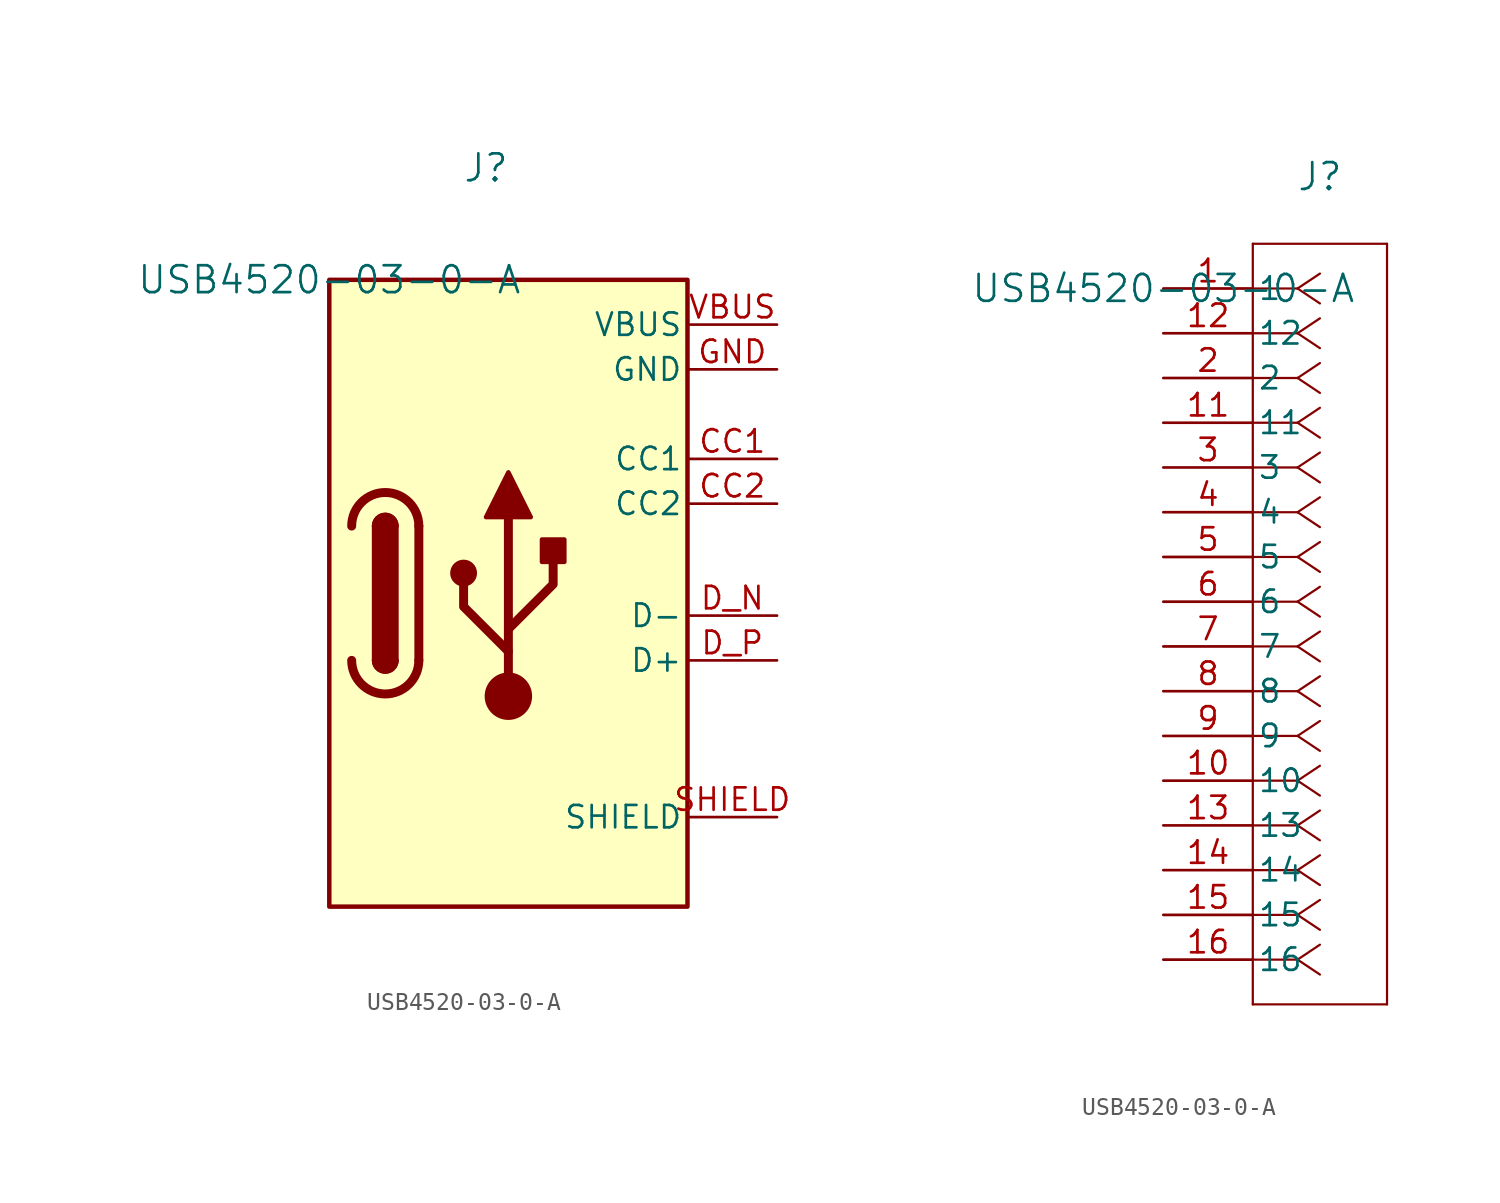
<source format=kicad_sym>
(kicad_symbol_lib
  (version 20220914)
  (generator kicad_symbol_editor)
  (symbol "USB4520-03-0-A"
    (pin_names
      (offset 0.254))
    (property "Reference" "J"
      (at 8.89 6.35 0)
      (effects (font (size 1.524 1.524))))
    (property "Value" "USB4520-03-0-A"
      (at 0 0 0)
      (effects (font (size 1.524 1.524))))
    (symbol "USB4520-03-0-A_0_1"
      (polyline (pts (xy 5.08 -13.97) (xy 5.08 -21.59)) (stroke (width 0.508) (type default)) (fill (type none)))
      (polyline (pts (xy 10.16 -23.622) (xy 10.16 -13.462)) (stroke (width 0.508) (type default)) (fill (type none)))
      (polyline (pts (xy 10.16 -21.082) (xy 7.62 -18.542) (xy 7.62 -17.272)) (stroke (width 0.508) (type default)) (fill (type none)))
      (polyline (pts (xy 10.16 -19.812) (xy 12.7 -17.272) (xy 12.7 -16.002)) (stroke (width 0.508) (type default)) (fill (type none)))
      (polyline (pts (xy 8.89 -13.462) (xy 10.16 -10.922) (xy 11.43 -13.462) (xy 8.89 -13.462)) (stroke (width 0.254) (type default)) (fill (type outline)))
      (rectangle (start 0 0) (end 20.32 -35.56) (stroke (width 0.254) (type default)) (fill (type background)))
      (arc (start 1.27 -21.59) (mid 3.175 -23.4867) (end 5.08 -21.59) (stroke (width 0.508) (type default)) (fill (type none)))
      (arc (start 2.54 -21.59) (mid 3.175 -22.2223) (end 3.81 -21.59) (stroke (width 0.254) (type default)) (fill (type none)))
      (arc (start 2.54 -21.59) (mid 3.175 -22.2223) (end 3.81 -21.59) (stroke (width 0.254) (type default)) (fill (type outline)))
      (rectangle (start 2.54 -21.59) (end 3.81 -13.97) (stroke (width 0.254) (type default)) (fill (type outline)))
      (arc (start 3.81 -13.97) (mid 3.175 -13.3377) (end 2.54 -13.97) (stroke (width 0.254) (type default)) (fill (type none)))
      (arc (start 3.81 -13.97) (mid 3.175 -13.3377) (end 2.54 -13.97) (stroke (width 0.254) (type default)) (fill (type outline)))
      (arc (start 5.08 -13.97) (mid 3.175 -12.0733) (end 1.27 -13.97) (stroke (width 0.508) (type default)) (fill (type none)))
      (circle (center 7.62 -16.637) (radius 0.635) (stroke (width 0.254) (type default)) (fill (type outline)))
      (circle (center 10.16 -23.622) (radius 1.27) (stroke (width 0) (type default)) (fill (type outline)))
      (rectangle (start 12.065 -16.002) (end 13.335 -14.732) (stroke (width 0.254) (type default)) (fill (type outline))))
    (symbol "USB4520-03-0-A_1_1"
      (pin bidirectional line (at 25.4 -10.16 180) (length 5.08) (name "CC1" (effects (font (size 1.27 1.27)))) (number "CC1" (effects (font (size 1.27 1.27)))))
      (pin bidirectional line (at 25.4 -12.7 180) (length 5.08) (name "CC2" (effects (font (size 1.27 1.27)))) (number "CC2" (effects (font (size 1.27 1.27)))))
      (pin bidirectional line (at 25.4 -19.05 180) (length 5.08) (name "D-" (effects (font (size 1.27 1.27)))) (number "D_N" (effects (font (size 1.27 1.27)))))
      (pin bidirectional line (at 25.4 -21.59 180) (length 5.08) (name "D+" (effects (font (size 1.27 1.27)))) (number "D_P" (effects (font (size 1.27 1.27)))))
      (pin passive line (at 25.4 -5.08 180) (length 5.08) (name "GND" (effects (font (size 1.27 1.27)))) (number "GND" (effects (font (size 1.27 1.27)))))
      (pin passive line (at 25.4 -30.48 180) (length 5.08) (name "SHIELD" (effects (font (size 1.27 1.27)))) (number "SHIELD" (effects (font (size 1.27 1.27)))))
      (pin passive line (at 25.4 -2.54 180) (length 5.08) (name "VBUS" (effects (font (size 1.27 1.27)))) (number "VBUS" (effects (font (size 1.27 1.27))))))
    (symbol "USB4520-03-0-A_1_2"
      (polyline (pts (xy 5.08 -40.64) (xy 12.7 -40.64)) (stroke (width 0.127) (type default)) (fill (type none)))
      (polyline (pts (xy 5.08 2.54) (xy 5.08 -40.64)) (stroke (width 0.127) (type default)) (fill (type none)))
      (polyline (pts (xy 7.62 -38.1) (xy 5.08 -38.1)) (stroke (width 0.127) (type default)) (fill (type none)))
      (polyline (pts (xy 7.62 -38.1) (xy 8.89 -38.947)) (stroke (width 0.127) (type default)) (fill (type none)))
      (polyline (pts (xy 7.62 -38.1) (xy 8.89 -37.253)) (stroke (width 0.127) (type default)) (fill (type none)))
      (polyline (pts (xy 7.62 -35.56) (xy 5.08 -35.56)) (stroke (width 0.127) (type default)) (fill (type none)))
      (polyline (pts (xy 7.62 -35.56) (xy 8.89 -36.407)) (stroke (width 0.127) (type default)) (fill (type none)))
      (polyline (pts (xy 7.62 -35.56) (xy 8.89 -34.713)) (stroke (width 0.127) (type default)) (fill (type none)))
      (polyline (pts (xy 7.62 -33.02) (xy 5.08 -33.02)) (stroke (width 0.127) (type default)) (fill (type none)))
      (polyline (pts (xy 7.62 -33.02) (xy 8.89 -33.867)) (stroke (width 0.127) (type default)) (fill (type none)))
      (polyline (pts (xy 7.62 -33.02) (xy 8.89 -32.173)) (stroke (width 0.127) (type default)) (fill (type none)))
      (polyline (pts (xy 7.62 -30.48) (xy 5.08 -30.48)) (stroke (width 0.127) (type default)) (fill (type none)))
      (polyline (pts (xy 7.62 -30.48) (xy 8.89 -31.327)) (stroke (width 0.127) (type default)) (fill (type none)))
      (polyline (pts (xy 7.62 -30.48) (xy 8.89 -29.633)) (stroke (width 0.127) (type default)) (fill (type none)))
      (polyline (pts (xy 7.62 -27.94) (xy 5.08 -27.94)) (stroke (width 0.127) (type default)) (fill (type none)))
      (polyline (pts (xy 7.62 -27.94) (xy 8.89 -28.787)) (stroke (width 0.127) (type default)) (fill (type none)))
      (polyline (pts (xy 7.62 -27.94) (xy 8.89 -27.093)) (stroke (width 0.127) (type default)) (fill (type none)))
      (polyline (pts (xy 7.62 -25.4) (xy 5.08 -25.4)) (stroke (width 0.127) (type default)) (fill (type none)))
      (polyline (pts (xy 7.62 -25.4) (xy 8.89 -26.247)) (stroke (width 0.127) (type default)) (fill (type none)))
      (polyline (pts (xy 7.62 -25.4) (xy 8.89 -24.553)) (stroke (width 0.127) (type default)) (fill (type none)))
      (polyline (pts (xy 7.62 -22.86) (xy 5.08 -22.86)) (stroke (width 0.127) (type default)) (fill (type none)))
      (polyline (pts (xy 7.62 -22.86) (xy 8.89 -23.707)) (stroke (width 0.127) (type default)) (fill (type none)))
      (polyline (pts (xy 7.62 -22.86) (xy 8.89 -22.013)) (stroke (width 0.127) (type default)) (fill (type none)))
      (polyline (pts (xy 7.62 -20.32) (xy 5.08 -20.32)) (stroke (width 0.127) (type default)) (fill (type none)))
      (polyline (pts (xy 7.62 -20.32) (xy 8.89 -21.167)) (stroke (width 0.127) (type default)) (fill (type none)))
      (polyline (pts (xy 7.62 -20.32) (xy 8.89 -19.473)) (stroke (width 0.127) (type default)) (fill (type none)))
      (polyline (pts (xy 7.62 -17.78) (xy 5.08 -17.78)) (stroke (width 0.127) (type default)) (fill (type none)))
      (polyline (pts (xy 7.62 -17.78) (xy 8.89 -18.627)) (stroke (width 0.127) (type default)) (fill (type none)))
      (polyline (pts (xy 7.62 -17.78) (xy 8.89 -16.933)) (stroke (width 0.127) (type default)) (fill (type none)))
      (polyline (pts (xy 7.62 -15.24) (xy 5.08 -15.24)) (stroke (width 0.127) (type default)) (fill (type none)))
      (polyline (pts (xy 7.62 -15.24) (xy 8.89 -16.087)) (stroke (width 0.127) (type default)) (fill (type none)))
      (polyline (pts (xy 7.62 -15.24) (xy 8.89 -14.393)) (stroke (width 0.127) (type default)) (fill (type none)))
      (polyline (pts (xy 7.62 -12.7) (xy 5.08 -12.7)) (stroke (width 0.127) (type default)) (fill (type none)))
      (polyline (pts (xy 7.62 -12.7) (xy 8.89 -13.547)) (stroke (width 0.127) (type default)) (fill (type none)))
      (polyline (pts (xy 7.62 -12.7) (xy 8.89 -11.853)) (stroke (width 0.127) (type default)) (fill (type none)))
      (polyline (pts (xy 7.62 -10.16) (xy 5.08 -10.16)) (stroke (width 0.127) (type default)) (fill (type none)))
      (polyline (pts (xy 7.62 -10.16) (xy 8.89 -11.007)) (stroke (width 0.127) (type default)) (fill (type none)))
      (polyline (pts (xy 7.62 -10.16) (xy 8.89 -9.313)) (stroke (width 0.127) (type default)) (fill (type none)))
      (polyline (pts (xy 7.62 -7.62) (xy 5.08 -7.62)) (stroke (width 0.127) (type default)) (fill (type none)))
      (polyline (pts (xy 7.62 -7.62) (xy 8.89 -8.467)) (stroke (width 0.127) (type default)) (fill (type none)))
      (polyline (pts (xy 7.62 -7.62) (xy 8.89 -6.773)) (stroke (width 0.127) (type default)) (fill (type none)))
      (polyline (pts (xy 7.62 -5.08) (xy 5.08 -5.08)) (stroke (width 0.127) (type default)) (fill (type none)))
      (polyline (pts (xy 7.62 -5.08) (xy 8.89 -5.927)) (stroke (width 0.127) (type default)) (fill (type none)))
      (polyline (pts (xy 7.62 -5.08) (xy 8.89 -4.233)) (stroke (width 0.127) (type default)) (fill (type none)))
      (polyline (pts (xy 7.62 -2.54) (xy 5.08 -2.54)) (stroke (width 0.127) (type default)) (fill (type none)))
      (polyline (pts (xy 7.62 -2.54) (xy 8.89 -3.387)) (stroke (width 0.127) (type default)) (fill (type none)))
      (polyline (pts (xy 7.62 -2.54) (xy 8.89 -1.693)) (stroke (width 0.127) (type default)) (fill (type none)))
      (polyline (pts (xy 7.62 0) (xy 5.08 0)) (stroke (width 0.127) (type default)) (fill (type none)))
      (polyline (pts (xy 7.62 0) (xy 8.89 -0.847)) (stroke (width 0.127) (type default)) (fill (type none)))
      (polyline (pts (xy 7.62 0) (xy 8.89 0.847)) (stroke (width 0.127) (type default)) (fill (type none)))
      (polyline (pts (xy 12.7 -40.64) (xy 12.7 2.54)) (stroke (width 0.127) (type default)) (fill (type none)))
      (polyline (pts (xy 12.7 2.54) (xy 5.08 2.54)) (stroke (width 0.127) (type default)) (fill (type none)))
      (pin unspecified line (at 0 0 0) (length 5.08) (name "1" (effects (font (size 1.27 1.27)))) (number "1" (effects (font (size 1.27 1.27)))))
      (pin unspecified line (at 0 -27.94 0) (length 5.08) (name "10" (effects (font (size 1.27 1.27)))) (number "10" (effects (font (size 1.27 1.27)))))
      (pin unspecified line (at 0 -7.62 0) (length 5.08) (name "11" (effects (font (size 1.27 1.27)))) (number "11" (effects (font (size 1.27 1.27)))))
      (pin unspecified line (at 0 -2.54 0) (length 5.08) (name "12" (effects (font (size 1.27 1.27)))) (number "12" (effects (font (size 1.27 1.27)))))
      (pin unspecified line (at 0 -30.48 0) (length 5.08) (name "13" (effects (font (size 1.27 1.27)))) (number "13" (effects (font (size 1.27 1.27)))))
      (pin unspecified line (at 0 -33.02 0) (length 5.08) (name "14" (effects (font (size 1.27 1.27)))) (number "14" (effects (font (size 1.27 1.27)))))
      (pin unspecified line (at 0 -35.56 0) (length 5.08) (name "15" (effects (font (size 1.27 1.27)))) (number "15" (effects (font (size 1.27 1.27)))))
      (pin unspecified line (at 0 -38.1 0) (length 5.08) (name "16" (effects (font (size 1.27 1.27)))) (number "16" (effects (font (size 1.27 1.27)))))
      (pin unspecified line (at 0 -5.08 0) (length 5.08) (name "2" (effects (font (size 1.27 1.27)))) (number "2" (effects (font (size 1.27 1.27)))))
      (pin unspecified line (at 0 -10.16 0) (length 5.08) (name "3" (effects (font (size 1.27 1.27)))) (number "3" (effects (font (size 1.27 1.27)))))
      (pin unspecified line (at 0 -12.7 0) (length 5.08) (name "4" (effects (font (size 1.27 1.27)))) (number "4" (effects (font (size 1.27 1.27)))))
      (pin unspecified line (at 0 -15.24 0) (length 5.08) (name "5" (effects (font (size 1.27 1.27)))) (number "5" (effects (font (size 1.27 1.27)))))
      (pin unspecified line (at 0 -17.78 0) (length 5.08) (name "6" (effects (font (size 1.27 1.27)))) (number "6" (effects (font (size 1.27 1.27)))))
      (pin unspecified line (at 0 -20.32 0) (length 5.08) (name "7" (effects (font (size 1.27 1.27)))) (number "7" (effects (font (size 1.27 1.27)))))
      (pin unspecified line (at 0 -22.86 0) (length 5.08) (name "8" (effects (font (size 1.27 1.27)))) (number "8" (effects (font (size 1.27 1.27)))))
      (pin unspecified line (at 0 -25.4 0) (length 5.08) (name "9" (effects (font (size 1.27 1.27)))) (number "9" (effects (font (size 1.27 1.27))))))))
</source>
